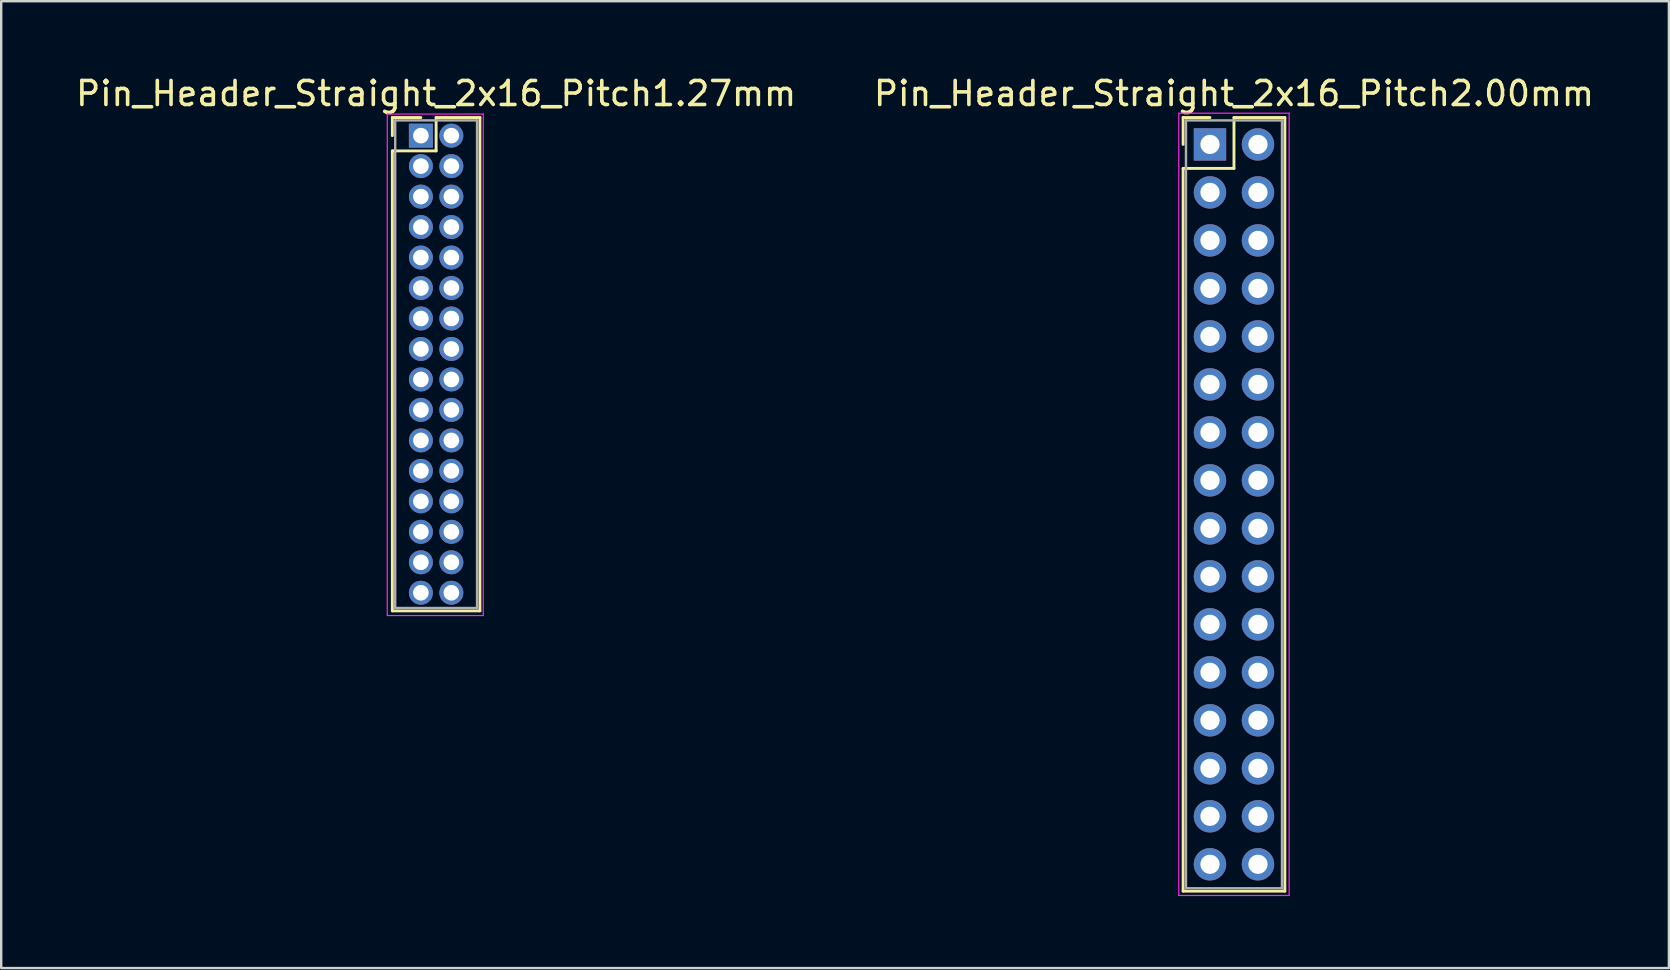
<source format=kicad_pcb>
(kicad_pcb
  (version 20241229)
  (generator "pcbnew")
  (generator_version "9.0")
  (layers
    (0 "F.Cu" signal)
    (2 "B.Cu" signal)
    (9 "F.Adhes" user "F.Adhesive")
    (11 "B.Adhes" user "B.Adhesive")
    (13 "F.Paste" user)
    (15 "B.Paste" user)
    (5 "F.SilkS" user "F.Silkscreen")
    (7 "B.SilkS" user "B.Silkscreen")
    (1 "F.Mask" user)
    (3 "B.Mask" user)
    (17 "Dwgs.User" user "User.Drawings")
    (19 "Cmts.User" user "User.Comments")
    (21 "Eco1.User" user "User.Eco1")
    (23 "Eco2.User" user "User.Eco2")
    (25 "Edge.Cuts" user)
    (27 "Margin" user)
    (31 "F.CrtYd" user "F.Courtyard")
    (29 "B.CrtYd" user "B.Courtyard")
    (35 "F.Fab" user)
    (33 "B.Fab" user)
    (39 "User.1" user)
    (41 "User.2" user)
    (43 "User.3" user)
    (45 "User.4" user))
  (footprint "Pin_Header_Straight_2x16_Pitch2.00mm"
    (layer "F.Cu")
    (at 47.375 2.968)
    (property "Reference" "Pin_Header_Straight_2x16_Pitch2.00mm" (at 1 -2.12 0) (layer "F.SilkS") (effects (font (size 1 1) (thickness 0.15))))
    (attr through_hole)
    (fp_line (start -1.12 -1.12) (end 0 -1.12) (stroke (width 0.12) (type solid)) (layer "F.SilkS"))
    (fp_line (start -1.12 0) (end -1.12 -1.12) (stroke (width 0.12) (type solid)) (layer "F.SilkS"))
    (fp_line (start -1.12 1) (end -1.12 31.12) (stroke (width 0.12) (type solid)) (layer "F.SilkS"))
    (fp_line (start -1.12 31.12) (end 3.12 31.12) (stroke (width 0.12) (type solid)) (layer "F.SilkS"))
    (fp_line (start 1 -1.12) (end 1 1) (stroke (width 0.12) (type solid)) (layer "F.SilkS"))
    (fp_line (start 1 1) (end -1.12 1) (stroke (width 0.12) (type solid)) (layer "F.SilkS"))
    (fp_line (start 3.12 -1.12) (end 1 -1.12) (stroke (width 0.12) (type solid)) (layer "F.SilkS"))
    (fp_line (start 3.12 31.12) (end 3.12 -1.12) (stroke (width 0.12) (type solid)) (layer "F.SilkS"))
    (fp_line (start -1.3 -1.3) (end -1.3 31.3) (stroke (width 0.05) (type solid)) (layer "F.CrtYd"))
    (fp_line (start -1.3 31.3) (end 3.3 31.3) (stroke (width 0.05) (type solid)) (layer "F.CrtYd"))
    (fp_line (start 3.3 -1.3) (end -1.3 -1.3) (stroke (width 0.05) (type solid)) (layer "F.CrtYd"))
    (fp_line (start 3.3 31.3) (end 3.3 -1.3) (stroke (width 0.05) (type solid)) (layer "F.CrtYd"))
    (fp_line (start -1 -1) (end -1 31) (stroke (width 0.1) (type solid)) (layer "F.Fab"))
    (fp_line (start -1 31) (end 3 31) (stroke (width 0.1) (type solid)) (layer "F.Fab"))
    (fp_line (start 3 -1) (end -1 -1) (stroke (width 0.1) (type solid)) (layer "F.Fab"))
    (fp_line (start 3 31) (end 3 -1) (stroke (width 0.1) (type solid)) (layer "F.Fab"))
    (pad "1" thru_hole rect (at 0 0) (size 1.35 1.35) (drill 0.8) (layers "*.Cu" "*.Mask"))
    (pad "2" thru_hole oval (at 2 0) (size 1.35 1.35) (drill 0.8) (layers "*.Cu" "*.Mask"))
    (pad "3" thru_hole oval (at 0 2) (size 1.35 1.35) (drill 0.8) (layers "*.Cu" "*.Mask"))
    (pad "4" thru_hole oval (at 2 2) (size 1.35 1.35) (drill 0.8) (layers "*.Cu" "*.Mask"))
    (pad "5" thru_hole oval (at 0 4) (size 1.35 1.35) (drill 0.8) (layers "*.Cu" "*.Mask"))
    (pad "6" thru_hole oval (at 2 4) (size 1.35 1.35) (drill 0.8) (layers "*.Cu" "*.Mask"))
    (pad "7" thru_hole oval (at 0 6) (size 1.35 1.35) (drill 0.8) (layers "*.Cu" "*.Mask"))
    (pad "8" thru_hole oval (at 2 6) (size 1.35 1.35) (drill 0.8) (layers "*.Cu" "*.Mask"))
    (pad "9" thru_hole oval (at 0 8) (size 1.35 1.35) (drill 0.8) (layers "*.Cu" "*.Mask"))
    (pad "10" thru_hole oval (at 2 8) (size 1.35 1.35) (drill 0.8) (layers "*.Cu" "*.Mask"))
    (pad "11" thru_hole oval (at 0 10) (size 1.35 1.35) (drill 0.8) (layers "*.Cu" "*.Mask"))
    (pad "12" thru_hole oval (at 2 10) (size 1.35 1.35) (drill 0.8) (layers "*.Cu" "*.Mask"))
    (pad "13" thru_hole oval (at 0 12) (size 1.35 1.35) (drill 0.8) (layers "*.Cu" "*.Mask"))
    (pad "14" thru_hole oval (at 2 12) (size 1.35 1.35) (drill 0.8) (layers "*.Cu" "*.Mask"))
    (pad "15" thru_hole oval (at 0 14) (size 1.35 1.35) (drill 0.8) (layers "*.Cu" "*.Mask"))
    (pad "16" thru_hole oval (at 2 14) (size 1.35 1.35) (drill 0.8) (layers "*.Cu" "*.Mask"))
    (pad "17" thru_hole oval (at 0 16) (size 1.35 1.35) (drill 0.8) (layers "*.Cu" "*.Mask"))
    (pad "18" thru_hole oval (at 2 16) (size 1.35 1.35) (drill 0.8) (layers "*.Cu" "*.Mask"))
    (pad "19" thru_hole oval (at 0 18) (size 1.35 1.35) (drill 0.8) (layers "*.Cu" "*.Mask"))
    (pad "20" thru_hole oval (at 2 18) (size 1.35 1.35) (drill 0.8) (layers "*.Cu" "*.Mask"))
    (pad "21" thru_hole oval (at 0 20) (size 1.35 1.35) (drill 0.8) (layers "*.Cu" "*.Mask"))
    (pad "22" thru_hole oval (at 2 20) (size 1.35 1.35) (drill 0.8) (layers "*.Cu" "*.Mask"))
    (pad "23" thru_hole oval (at 0 22) (size 1.35 1.35) (drill 0.8) (layers "*.Cu" "*.Mask"))
    (pad "24" thru_hole oval (at 2 22) (size 1.35 1.35) (drill 0.8) (layers "*.Cu" "*.Mask"))
    (pad "25" thru_hole oval (at 0 24) (size 1.35 1.35) (drill 0.8) (layers "*.Cu" "*.Mask"))
    (pad "26" thru_hole oval (at 2 24) (size 1.35 1.35) (drill 0.8) (layers "*.Cu" "*.Mask"))
    (pad "27" thru_hole oval (at 0 26) (size 1.35 1.35) (drill 0.8) (layers "*.Cu" "*.Mask"))
    (pad "28" thru_hole oval (at 2 26) (size 1.35 1.35) (drill 0.8) (layers "*.Cu" "*.Mask"))
    (pad "29" thru_hole oval (at 0 28) (size 1.35 1.35) (drill 0.8) (layers "*.Cu" "*.Mask"))
    (pad "30" thru_hole oval (at 2 28) (size 1.35 1.35) (drill 0.8) (layers "*.Cu" "*.Mask"))
    (pad "31" thru_hole oval (at 0 30) (size 1.35 1.35) (drill 0.8) (layers "*.Cu" "*.Mask"))
    (pad "32" thru_hole oval (at 2 30) (size 1.35 1.35) (drill 0.8) (layers "*.Cu" "*.Mask")))
  (footprint "Pin_Header_Straight_2x16_Pitch1.27mm"
    (layer "F.Cu")
    (at 14.49 2.603)
    (property "Reference" "Pin_Header_Straight_2x16_Pitch1.27mm" (at 0.635 -1.755 0) (layer "F.SilkS") (effects (font (size 1 1) (thickness 0.15))))
    (attr through_hole)
    (fp_line (start -1.19 -0.755) (end 0 -0.755) (stroke (width 0.12) (type solid)) (layer "F.SilkS"))
    (fp_line (start -1.19 0) (end -1.19 -0.755) (stroke (width 0.12) (type solid)) (layer "F.SilkS"))
    (fp_line (start -1.19 0.635) (end -1.19 19.805) (stroke (width 0.12) (type solid)) (layer "F.SilkS"))
    (fp_line (start -1.19 19.805) (end 2.46 19.805) (stroke (width 0.12) (type solid)) (layer "F.SilkS"))
    (fp_line (start 0.635 -0.755) (end 0.635 0.635) (stroke (width 0.12) (type solid)) (layer "F.SilkS"))
    (fp_line (start 0.635 0.635) (end -1.19 0.635) (stroke (width 0.12) (type solid)) (layer "F.SilkS"))
    (fp_line (start 2.46 -0.755) (end 0.635 -0.755) (stroke (width 0.12) (type solid)) (layer "F.SilkS"))
    (fp_line (start 2.46 19.805) (end 2.46 -0.755) (stroke (width 0.12) (type solid)) (layer "F.SilkS"))
    (fp_line (start -1.4 -0.9) (end -1.4 20) (stroke (width 0.05) (type solid)) (layer "F.CrtYd"))
    (fp_line (start -1.4 20) (end 2.6 20) (stroke (width 0.05) (type solid)) (layer "F.CrtYd"))
    (fp_line (start 2.6 -0.9) (end -1.4 -0.9) (stroke (width 0.05) (type solid)) (layer "F.CrtYd"))
    (fp_line (start 2.6 20) (end 2.6 -0.9) (stroke (width 0.05) (type solid)) (layer "F.CrtYd"))
    (fp_line (start -1.07 -0.635) (end -1.07 19.685) (stroke (width 0.1) (type solid)) (layer "F.Fab"))
    (fp_line (start -1.07 19.685) (end 2.34 19.685) (stroke (width 0.1) (type solid)) (layer "F.Fab"))
    (fp_line (start 2.34 -0.635) (end -1.07 -0.635) (stroke (width 0.1) (type solid)) (layer "F.Fab"))
    (fp_line (start 2.34 19.685) (end 2.34 -0.635) (stroke (width 0.1) (type solid)) (layer "F.Fab"))
    (pad "1" thru_hole rect (at 0 0) (size 1 1) (drill 0.65) (layers "*.Cu" "*.Mask"))
    (pad "2" thru_hole oval (at 1.27 0) (size 1 1) (drill 0.65) (layers "*.Cu" "*.Mask"))
    (pad "3" thru_hole oval (at 0 1.27) (size 1 1) (drill 0.65) (layers "*.Cu" "*.Mask"))
    (pad "4" thru_hole oval (at 1.27 1.27) (size 1 1) (drill 0.65) (layers "*.Cu" "*.Mask"))
    (pad "5" thru_hole oval (at 0 2.54) (size 1 1) (drill 0.65) (layers "*.Cu" "*.Mask"))
    (pad "6" thru_hole oval (at 1.27 2.54) (size 1 1) (drill 0.65) (layers "*.Cu" "*.Mask"))
    (pad "7" thru_hole oval (at 0 3.81) (size 1 1) (drill 0.65) (layers "*.Cu" "*.Mask"))
    (pad "8" thru_hole oval (at 1.27 3.81) (size 1 1) (drill 0.65) (layers "*.Cu" "*.Mask"))
    (pad "9" thru_hole oval (at 0 5.08) (size 1 1) (drill 0.65) (layers "*.Cu" "*.Mask"))
    (pad "10" thru_hole oval (at 1.27 5.08) (size 1 1) (drill 0.65) (layers "*.Cu" "*.Mask"))
    (pad "11" thru_hole oval (at 0 6.35) (size 1 1) (drill 0.65) (layers "*.Cu" "*.Mask"))
    (pad "12" thru_hole oval (at 1.27 6.35) (size 1 1) (drill 0.65) (layers "*.Cu" "*.Mask"))
    (pad "13" thru_hole oval (at 0 7.62) (size 1 1) (drill 0.65) (layers "*.Cu" "*.Mask"))
    (pad "14" thru_hole oval (at 1.27 7.62) (size 1 1) (drill 0.65) (layers "*.Cu" "*.Mask"))
    (pad "15" thru_hole oval (at 0 8.89) (size 1 1) (drill 0.65) (layers "*.Cu" "*.Mask"))
    (pad "16" thru_hole oval (at 1.27 8.89) (size 1 1) (drill 0.65) (layers "*.Cu" "*.Mask"))
    (pad "17" thru_hole oval (at 0 10.16) (size 1 1) (drill 0.65) (layers "*.Cu" "*.Mask"))
    (pad "18" thru_hole oval (at 1.27 10.16) (size 1 1) (drill 0.65) (layers "*.Cu" "*.Mask"))
    (pad "19" thru_hole oval (at 0 11.43) (size 1 1) (drill 0.65) (layers "*.Cu" "*.Mask"))
    (pad "20" thru_hole oval (at 1.27 11.43) (size 1 1) (drill 0.65) (layers "*.Cu" "*.Mask"))
    (pad "21" thru_hole oval (at 0 12.7) (size 1 1) (drill 0.65) (layers "*.Cu" "*.Mask"))
    (pad "22" thru_hole oval (at 1.27 12.7) (size 1 1) (drill 0.65) (layers "*.Cu" "*.Mask"))
    (pad "23" thru_hole oval (at 0 13.97) (size 1 1) (drill 0.65) (layers "*.Cu" "*.Mask"))
    (pad "24" thru_hole oval (at 1.27 13.97) (size 1 1) (drill 0.65) (layers "*.Cu" "*.Mask"))
    (pad "25" thru_hole oval (at 0 15.24) (size 1 1) (drill 0.65) (layers "*.Cu" "*.Mask"))
    (pad "26" thru_hole oval (at 1.27 15.24) (size 1 1) (drill 0.65) (layers "*.Cu" "*.Mask"))
    (pad "27" thru_hole oval (at 0 16.51) (size 1 1) (drill 0.65) (layers "*.Cu" "*.Mask"))
    (pad "28" thru_hole oval (at 1.27 16.51) (size 1 1) (drill 0.65) (layers "*.Cu" "*.Mask"))
    (pad "29" thru_hole oval (at 0 17.78) (size 1 1) (drill 0.65) (layers "*.Cu" "*.Mask"))
    (pad "30" thru_hole oval (at 1.27 17.78) (size 1 1) (drill 0.65) (layers "*.Cu" "*.Mask"))
    (pad "31" thru_hole oval (at 0 19.05) (size 1 1) (drill 0.65) (layers "*.Cu" "*.Mask"))
    (pad "32" thru_hole oval (at 1.27 19.05) (size 1 1) (drill 0.65) (layers "*.Cu" "*.Mask")))
  (gr_rect
    (start -3 -3)
    (end 66.5 37.293)
    (stroke (width 0.1) (type default))
    (fill no)
    (layer "Edge.Cuts")))
</source>
